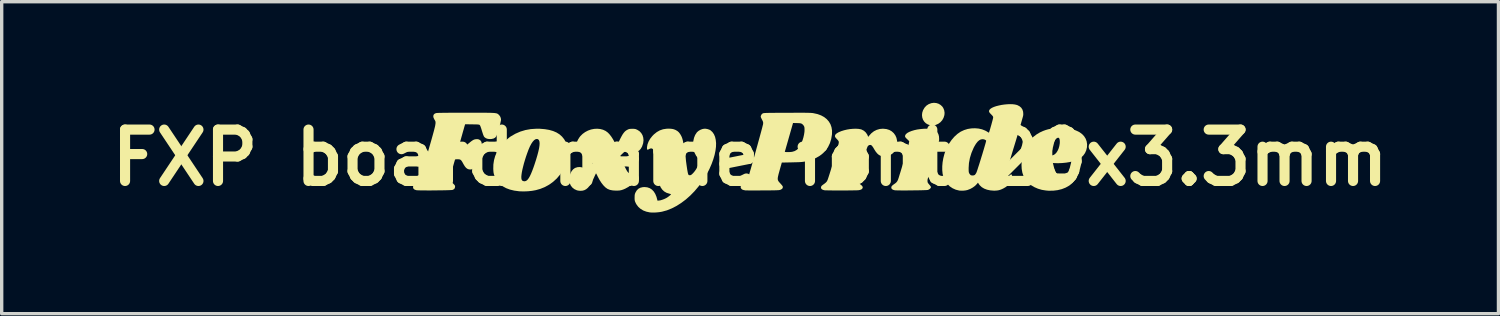
<source format=kicad_pcb>
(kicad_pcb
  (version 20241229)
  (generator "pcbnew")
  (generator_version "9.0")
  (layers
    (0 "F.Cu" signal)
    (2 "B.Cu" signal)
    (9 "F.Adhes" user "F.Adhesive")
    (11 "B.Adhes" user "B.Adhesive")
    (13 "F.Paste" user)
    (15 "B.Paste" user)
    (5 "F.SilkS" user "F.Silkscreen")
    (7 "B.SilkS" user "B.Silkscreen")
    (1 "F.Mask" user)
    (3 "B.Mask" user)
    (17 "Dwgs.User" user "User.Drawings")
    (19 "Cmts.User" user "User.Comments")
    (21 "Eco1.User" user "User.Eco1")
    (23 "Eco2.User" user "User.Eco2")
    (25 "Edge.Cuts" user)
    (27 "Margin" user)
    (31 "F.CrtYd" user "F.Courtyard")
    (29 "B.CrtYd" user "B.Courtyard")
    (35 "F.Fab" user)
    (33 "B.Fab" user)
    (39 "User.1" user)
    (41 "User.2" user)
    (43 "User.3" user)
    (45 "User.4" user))
  (footprint "FXP board name font 20x3.3mm"
    (layer "F.Cu")
    (at 19.202 1.629)
    (property "Reference" "FXP board name font 20x3.3mm" (at 0 0 0) (layer "F.SilkS") (effects (font (size 1.524 1.524) (thickness 0.3))))
    (attr board_only exclude_from_pos_files exclude_from_bom)
    (fp_poly (pts (xy 5.526 -1.622) (xy 5.593 -1.601) (xy 5.653 -1.565) (xy 5.703 -1.518) (xy 5.732 -1.476) (xy 5.76 -1.405) (xy 5.771 -1.332) (xy 5.766 -1.266) (xy 5.741 -1.185) (xy 5.702 -1.114) (xy 5.649 -1.054) (xy 5.585 -1.007) (xy 5.511 -0.974) (xy 5.493 -0.969) (xy 5.444 -0.959) (xy 5.402 -0.957) (xy 5.356 -0.962) (xy 5.343 -0.964) (xy 5.274 -0.987) (xy 5.215 -1.023) (xy 5.167 -1.071) (xy 5.131 -1.128) (xy 5.109 -1.193) (xy 5.101 -1.262) (xy 5.108 -1.334) (xy 5.131 -1.406) (xy 5.134 -1.412) (xy 5.177 -1.486) (xy 5.232 -1.545) (xy 5.299 -1.589) (xy 5.376 -1.618) (xy 5.381 -1.619) (xy 5.454 -1.629)) (stroke (width 0) (type solid)) (fill yes) (layer "F.SilkS"))
    (fp_poly (pts (xy -6.234 -0.859) (xy -6.089 -0.847) (xy -5.959 -0.825) (xy -5.843 -0.792) (xy -5.741 -0.748) (xy -5.653 -0.693) (xy -5.578 -0.626) (xy -5.515 -0.548) (xy -5.469 -0.468) (xy -5.431 -0.368) (xy -5.41 -0.26) (xy -5.405 -0.144) (xy -5.417 -0.021) (xy -5.418 -0.017) (xy -5.45 0.126) (xy -5.499 0.262) (xy -5.563 0.39) (xy -5.642 0.508) (xy -5.734 0.616) (xy -5.84 0.713) (xy -5.956 0.797) (xy -6.084 0.868) (xy -6.221 0.924) (xy -6.355 0.962) (xy -6.465 0.982) (xy -6.585 0.995) (xy -6.709 1) (xy -6.829 0.997) (xy -6.855 0.995) (xy -6.996 0.976) (xy -7.124 0.945) (xy -7.237 0.903) (xy -7.337 0.848) (xy -7.422 0.782) (xy -7.493 0.704) (xy -7.55 0.614) (xy -7.569 0.567) (xy -6.786 0.567) (xy -6.784 0.616) (xy -6.776 0.651) (xy -6.762 0.674) (xy -6.74 0.69) (xy -6.737 0.691) (xy -6.695 0.7) (xy -6.653 0.691) (xy -6.627 0.676) (xy -6.597 0.648) (xy -6.566 0.606) (xy -6.533 0.55) (xy -6.499 0.478) (xy -6.463 0.391) (xy -6.424 0.286) (xy -6.392 0.193) (xy -6.346 0.051) (xy -6.309 -0.075) (xy -6.28 -0.185) (xy -6.259 -0.281) (xy -6.247 -0.361) (xy -6.243 -0.427) (xy -6.248 -0.479) (xy -6.261 -0.517) (xy -6.282 -0.542) (xy -6.311 -0.555) (xy -6.328 -0.556) (xy -6.367 -0.547) (xy -6.407 -0.52) (xy -6.448 -0.475) (xy -6.489 -0.414) (xy -6.531 -0.335) (xy -6.572 -0.24) (xy -6.575 -0.232) (xy -6.611 -0.135) (xy -6.646 -0.035) (xy -6.678 0.067) (xy -6.708 0.168) (xy -6.733 0.265) (xy -6.755 0.355) (xy -6.771 0.437) (xy -6.781 0.507) (xy -6.786 0.562) (xy -6.786 0.567) (xy -7.569 0.567) (xy -7.589 0.52) (xy -7.601 0.482) (xy -7.609 0.445) (xy -7.614 0.401) (xy -7.617 0.347) (xy -7.618 0.333) (xy -7.615 0.2) (xy -7.596 0.073) (xy -7.561 -0.052) (xy -7.508 -0.175) (xy -7.437 -0.299) (xy -7.428 -0.314) (xy -7.399 -0.352) (xy -7.36 -0.398) (xy -7.312 -0.448) (xy -7.26 -0.499) (xy -7.206 -0.548) (xy -7.156 -0.591) (xy -7.111 -0.625) (xy -7.1 -0.632) (xy -6.961 -0.712) (xy -6.816 -0.775) (xy -6.664 -0.821) (xy -6.505 -0.849) (xy -6.34 -0.86)) (stroke (width 0) (type solid)) (fill yes) (layer "F.SilkS"))
    (fp_poly (pts (xy 5.279 -0.859) (xy 5.37 -0.848) (xy 5.446 -0.827) (xy 5.507 -0.796) (xy 5.554 -0.754) (xy 5.586 -0.702) (xy 5.604 -0.638) (xy 5.609 -0.572) (xy 5.609 -0.557) (xy 5.609 -0.543) (xy 5.609 -0.53) (xy 5.608 -0.517) (xy 5.605 -0.501) (xy 5.601 -0.482) (xy 5.596 -0.459) (xy 5.588 -0.429) (xy 5.577 -0.392) (xy 5.564 -0.345) (xy 5.547 -0.289) (xy 5.526 -0.221) (xy 5.501 -0.14) (xy 5.472 -0.044) (xy 5.438 0.067) (xy 5.42 0.125) (xy 5.392 0.219) (xy 5.365 0.307) (xy 5.34 0.389) (xy 5.318 0.464) (xy 5.299 0.528) (xy 5.284 0.581) (xy 5.273 0.621) (xy 5.267 0.646) (xy 5.265 0.654) (xy 5.264 0.695) (xy 5.267 0.725) (xy 5.278 0.75) (xy 5.298 0.776) (xy 5.316 0.797) (xy 5.34 0.826) (xy 5.358 0.851) (xy 5.367 0.869) (xy 5.367 0.872) (xy 5.359 0.895) (xy 5.339 0.919) (xy 5.309 0.941) (xy 5.279 0.955) (xy 5.262 0.958) (xy 5.23 0.96) (xy 5.183 0.962) (xy 5.124 0.964) (xy 5.056 0.966) (xy 4.98 0.967) (xy 4.899 0.968) (xy 4.815 0.969) (xy 4.73 0.97) (xy 4.646 0.971) (xy 4.566 0.971) (xy 4.491 0.971) (xy 4.425 0.97) (xy 4.369 0.969) (xy 4.325 0.968) (xy 4.296 0.966) (xy 4.29 0.965) (xy 4.249 0.954) (xy 4.216 0.936) (xy 4.196 0.912) (xy 4.192 0.9) (xy 4.191 0.873) (xy 4.199 0.85) (xy 4.218 0.827) (xy 4.25 0.801) (xy 4.268 0.788) (xy 4.313 0.756) (xy 4.344 0.728) (xy 4.367 0.697) (xy 4.386 0.661) (xy 4.388 0.656) (xy 4.395 0.636) (xy 4.407 0.601) (xy 4.422 0.553) (xy 4.44 0.493) (xy 4.462 0.424) (xy 4.485 0.347) (xy 4.51 0.265) (xy 4.536 0.179) (xy 4.562 0.091) (xy 4.588 0.004) (xy 4.613 -0.081) (xy 4.636 -0.162) (xy 4.658 -0.236) (xy 4.677 -0.303) (xy 4.693 -0.359) (xy 4.705 -0.403) (xy 4.713 -0.433) (xy 4.716 -0.446) (xy 4.721 -0.492) (xy 4.66 -0.551) (xy 4.63 -0.58) (xy 4.611 -0.602) (xy 4.602 -0.619) (xy 4.598 -0.635) (xy 4.598 -0.642) (xy 4.607 -0.676) (xy 4.633 -0.708) (xy 4.674 -0.74) (xy 4.728 -0.768) (xy 4.795 -0.794) (xy 4.871 -0.817) (xy 4.956 -0.836) (xy 5.047 -0.849) (xy 5.144 -0.858) (xy 5.173 -0.859)) (stroke (width 0) (type solid)) (fill yes) (layer "F.SilkS"))
    (fp_poly (pts (xy 9.303 -0.873) (xy 9.399 -0.867) (xy 9.485 -0.856) (xy 9.563 -0.84) (xy 9.637 -0.818) (xy 9.687 -0.8) (xy 9.776 -0.756) (xy 9.851 -0.701) (xy 9.911 -0.637) (xy 9.957 -0.564) (xy 9.986 -0.484) (xy 9.999 -0.399) (xy 9.995 -0.309) (xy 9.973 -0.218) (xy 9.937 -0.138) (xy 9.886 -0.066) (xy 9.822 -0.005) (xy 9.771 0.03) (xy 9.692 0.068) (xy 9.598 0.101) (xy 9.493 0.127) (xy 9.378 0.146) (xy 9.257 0.158) (xy 9.133 0.163) (xy 9.008 0.159) (xy 9 0.158) (xy 8.95 0.155) (xy 8.906 0.152) (xy 8.872 0.15) (xy 8.852 0.148) (xy 8.848 0.148) (xy 8.838 0.156) (xy 8.834 0.178) (xy 8.836 0.208) (xy 8.843 0.245) (xy 8.853 0.283) (xy 8.868 0.319) (xy 8.883 0.347) (xy 8.921 0.389) (xy 8.974 0.424) (xy 9.027 0.447) (xy 9.052 0.456) (xy 9.078 0.461) (xy 9.11 0.465) (xy 9.15 0.466) (xy 9.205 0.467) (xy 9.21 0.467) (xy 9.34 0.467) (xy 9.493 0.42) (xy 9.564 0.398) (xy 9.62 0.382) (xy 9.662 0.371) (xy 9.692 0.366) (xy 9.712 0.367) (xy 9.724 0.373) (xy 9.731 0.385) (xy 9.733 0.402) (xy 9.733 0.421) (xy 9.725 0.487) (xy 9.7 0.557) (xy 9.662 0.628) (xy 9.611 0.697) (xy 9.55 0.762) (xy 9.48 0.819) (xy 9.466 0.829) (xy 9.363 0.887) (xy 9.248 0.932) (xy 9.125 0.962) (xy 8.993 0.978) (xy 8.854 0.979) (xy 8.775 0.972) (xy 8.656 0.953) (xy 8.541 0.919) (xy 8.435 0.873) (xy 8.338 0.816) (xy 8.255 0.749) (xy 8.226 0.721) (xy 8.163 0.64) (xy 8.114 0.548) (xy 8.079 0.445) (xy 8.059 0.333) (xy 8.053 0.212) (xy 8.061 0.083) (xy 8.079 -0.023) (xy 8.092 -0.076) (xy 8.863 -0.076) (xy 8.866 -0.062) (xy 8.878 -0.057) (xy 8.9 -0.058) (xy 8.915 -0.06) (xy 8.952 -0.067) (xy 8.988 -0.075) (xy 9.004 -0.081) (xy 9.048 -0.108) (xy 9.089 -0.151) (xy 9.124 -0.206) (xy 9.154 -0.272) (xy 9.175 -0.345) (xy 9.188 -0.423) (xy 9.19 -0.468) (xy 9.187 -0.525) (xy 9.177 -0.565) (xy 9.161 -0.588) (xy 9.137 -0.594) (xy 9.107 -0.583) (xy 9.071 -0.554) (xy 9.062 -0.545) (xy 9.015 -0.486) (xy 8.971 -0.409) (xy 8.931 -0.317) (xy 8.895 -0.211) (xy 8.877 -0.142) (xy 8.867 -0.102) (xy 8.863 -0.076) (xy 8.092 -0.076) (xy 8.104 -0.123) (xy 8.138 -0.223) (xy 8.178 -0.319) (xy 8.222 -0.405) (xy 8.252 -0.452) (xy 8.321 -0.537) (xy 8.404 -0.618) (xy 8.498 -0.69) (xy 8.6 -0.751) (xy 8.691 -0.793) (xy 8.771 -0.822) (xy 8.847 -0.844) (xy 8.924 -0.859) (xy 9.007 -0.869) (xy 9.099 -0.874) (xy 9.191 -0.875)) (stroke (width 0) (type solid)) (fill yes) (layer "F.SilkS"))
    (fp_poly (pts (xy 4.039 -0.851) (xy 4.054 -0.848) (xy 4.134 -0.823) (xy 4.204 -0.782) (xy 4.263 -0.729) (xy 4.31 -0.664) (xy 4.343 -0.59) (xy 4.361 -0.508) (xy 4.363 -0.42) (xy 4.363 -0.413) (xy 4.348 -0.325) (xy 4.32 -0.247) (xy 4.279 -0.179) (xy 4.226 -0.123) (xy 4.163 -0.081) (xy 4.107 -0.058) (xy 4.055 -0.048) (xy 3.995 -0.044) (xy 3.934 -0.047) (xy 3.882 -0.055) (xy 3.869 -0.059) (xy 3.822 -0.083) (xy 3.775 -0.124) (xy 3.728 -0.181) (xy 3.684 -0.25) (xy 3.654 -0.302) (xy 3.628 -0.339) (xy 3.607 -0.363) (xy 3.587 -0.376) (xy 3.567 -0.38) (xy 3.567 -0.38) (xy 3.532 -0.374) (xy 3.505 -0.355) (xy 3.487 -0.332) (xy 3.48 -0.315) (xy 3.468 -0.283) (xy 3.452 -0.237) (xy 3.433 -0.179) (xy 3.411 -0.113) (xy 3.388 -0.039) (xy 3.363 0.041) (xy 3.338 0.123) (xy 3.312 0.206) (xy 3.288 0.288) (xy 3.264 0.368) (xy 3.242 0.441) (xy 3.223 0.508) (xy 3.207 0.565) (xy 3.195 0.611) (xy 3.188 0.643) (xy 3.185 0.659) (xy 3.188 0.693) (xy 3.2 0.723) (xy 3.224 0.752) (xy 3.263 0.784) (xy 3.268 0.788) (xy 3.307 0.82) (xy 3.331 0.846) (xy 3.342 0.869) (xy 3.341 0.892) (xy 3.34 0.896) (xy 3.325 0.923) (xy 3.298 0.943) (xy 3.258 0.957) (xy 3.217 0.964) (xy 3.194 0.966) (xy 3.154 0.967) (xy 3.101 0.968) (xy 3.037 0.969) (xy 2.963 0.97) (xy 2.883 0.971) (xy 2.797 0.971) (xy 2.71 0.972) (xy 2.623 0.972) (xy 2.538 0.971) (xy 2.457 0.971) (xy 2.384 0.97) (xy 2.319 0.969) (xy 2.267 0.968) (xy 2.228 0.967) (xy 2.205 0.965) (xy 2.204 0.965) (xy 2.163 0.954) (xy 2.131 0.936) (xy 2.11 0.913) (xy 2.106 0.9) (xy 2.105 0.873) (xy 2.113 0.85) (xy 2.131 0.827) (xy 2.163 0.802) (xy 2.183 0.788) (xy 2.218 0.762) (xy 2.249 0.736) (xy 2.271 0.712) (xy 2.275 0.706) (xy 2.281 0.697) (xy 2.287 0.686) (xy 2.293 0.674) (xy 2.3 0.658) (xy 2.308 0.638) (xy 2.317 0.611) (xy 2.328 0.578) (xy 2.342 0.535) (xy 2.359 0.482) (xy 2.379 0.418) (xy 2.403 0.341) (xy 2.431 0.25) (xy 2.464 0.143) (xy 2.484 0.077) (xy 2.522 -0.048) (xy 2.555 -0.156) (xy 2.581 -0.247) (xy 2.602 -0.321) (xy 2.618 -0.379) (xy 2.628 -0.42) (xy 2.632 -0.445) (xy 2.633 -0.45) (xy 2.632 -0.472) (xy 2.627 -0.489) (xy 2.616 -0.507) (xy 2.597 -0.53) (xy 2.576 -0.552) (xy 2.546 -0.585) (xy 2.528 -0.609) (xy 2.52 -0.628) (xy 2.518 -0.64) (xy 2.524 -0.67) (xy 2.541 -0.697) (xy 2.573 -0.723) (xy 2.62 -0.751) (xy 2.633 -0.758) (xy 2.705 -0.788) (xy 2.788 -0.814) (xy 2.876 -0.835) (xy 2.967 -0.85) (xy 3.058 -0.858) (xy 3.143 -0.86) (xy 3.221 -0.855) (xy 3.287 -0.843) (xy 3.311 -0.835) (xy 3.377 -0.8) (xy 3.432 -0.751) (xy 3.475 -0.689) (xy 3.495 -0.645) (xy 3.505 -0.617) (xy 3.529 -0.649) (xy 3.597 -0.724) (xy 3.673 -0.784) (xy 3.756 -0.826) (xy 3.846 -0.852) (xy 3.941 -0.861)) (stroke (width 0) (type solid)) (fill yes) (layer "F.SilkS"))
    (fp_poly (pts (xy -4.447 -0.852) (xy -4.362 -0.83) (xy -4.285 -0.794) (xy -4.222 -0.748) (xy -4.172 -0.697) (xy -4.12 -0.631) (xy -4.069 -0.552) (xy -4.019 -0.463) (xy -4.014 -0.453) (xy -3.955 -0.339) (xy -3.941 -0.371) (xy -3.933 -0.39) (xy -3.918 -0.422) (xy -3.898 -0.464) (xy -3.875 -0.512) (xy -3.856 -0.552) (xy -3.816 -0.629) (xy -3.781 -0.691) (xy -3.746 -0.74) (xy -3.712 -0.779) (xy -3.676 -0.808) (xy -3.636 -0.831) (xy -3.636 -0.831) (xy -3.608 -0.844) (xy -3.583 -0.852) (xy -3.555 -0.856) (xy -3.517 -0.857) (xy -3.495 -0.857) (xy -3.451 -0.857) (xy -3.42 -0.854) (xy -3.394 -0.849) (xy -3.368 -0.838) (xy -3.344 -0.827) (xy -3.28 -0.786) (xy -3.229 -0.732) (xy -3.191 -0.669) (xy -3.169 -0.597) (xy -3.161 -0.519) (xy -3.17 -0.437) (xy -3.176 -0.415) (xy -3.204 -0.332) (xy -3.243 -0.264) (xy -3.291 -0.213) (xy -3.349 -0.177) (xy -3.412 -0.158) (xy -3.477 -0.154) (xy -3.546 -0.165) (xy -3.612 -0.189) (xy -3.624 -0.195) (xy -3.674 -0.222) (xy -3.735 -0.168) (xy -3.766 -0.139) (xy -3.796 -0.111) (xy -3.819 -0.089) (xy -3.823 -0.085) (xy -3.849 -0.057) (xy -3.806 0.057) (xy -3.779 0.124) (xy -3.751 0.191) (xy -3.722 0.255) (xy -3.694 0.313) (xy -3.668 0.362) (xy -3.647 0.399) (xy -3.638 0.412) (xy -3.603 0.449) (xy -3.567 0.468) (xy -3.525 0.47) (xy -3.476 0.456) (xy -3.47 0.454) (xy -3.441 0.444) (xy -3.415 0.439) (xy -3.406 0.44) (xy -3.385 0.454) (xy -3.374 0.481) (xy -3.373 0.519) (xy -3.381 0.566) (xy -3.4 0.62) (xy -3.41 0.644) (xy -3.459 0.726) (xy -3.523 0.799) (xy -3.602 0.862) (xy -3.698 0.915) (xy -3.703 0.918) (xy -3.767 0.945) (xy -3.824 0.963) (xy -3.881 0.973) (xy -3.946 0.976) (xy -3.978 0.976) (xy -4.075 0.97) (xy -4.157 0.954) (xy -4.224 0.927) (xy -4.235 0.921) (xy -4.293 0.879) (xy -4.352 0.819) (xy -4.41 0.745) (xy -4.467 0.656) (xy -4.52 0.557) (xy -4.538 0.519) (xy -4.554 0.489) (xy -4.565 0.47) (xy -4.57 0.464) (xy -4.575 0.472) (xy -4.586 0.494) (xy -4.602 0.527) (xy -4.62 0.567) (xy -4.626 0.581) (xy -4.674 0.685) (xy -4.72 0.771) (xy -4.767 0.841) (xy -4.814 0.895) (xy -4.863 0.935) (xy -4.916 0.963) (xy -4.972 0.978) (xy -5.032 0.982) (xy -5.074 0.979) (xy -5.117 0.972) (xy -5.142 0.965) (xy -5.214 0.931) (xy -5.273 0.884) (xy -5.319 0.825) (xy -5.35 0.754) (xy -5.355 0.737) (xy -5.366 0.667) (xy -5.364 0.594) (xy -5.349 0.522) (xy -5.324 0.454) (xy -5.29 0.393) (xy -5.247 0.343) (xy -5.197 0.307) (xy -5.189 0.303) (xy -5.122 0.281) (xy -5.05 0.276) (xy -4.977 0.288) (xy -4.91 0.314) (xy -4.854 0.342) (xy -4.812 0.306) (xy -4.782 0.279) (xy -4.748 0.247) (xy -4.724 0.224) (xy -4.679 0.178) (xy -4.714 0.082) (xy -4.753 -0.024) (xy -4.789 -0.113) (xy -4.822 -0.187) (xy -4.852 -0.245) (xy -4.881 -0.29) (xy -4.91 -0.321) (xy -4.939 -0.342) (xy -4.968 -0.351) (xy -5 -0.351) (xy -5.035 -0.342) (xy -5.056 -0.333) (xy -5.087 -0.322) (xy -5.112 -0.319) (xy -5.118 -0.32) (xy -5.139 -0.335) (xy -5.149 -0.363) (xy -5.15 -0.401) (xy -5.141 -0.446) (xy -5.124 -0.495) (xy -5.098 -0.548) (xy -5.065 -0.6) (xy -5.037 -0.637) (xy -4.969 -0.705) (xy -4.892 -0.761) (xy -4.808 -0.805) (xy -4.719 -0.837) (xy -4.627 -0.855) (xy -4.536 -0.86)) (stroke (width 0) (type solid)) (fill yes) (layer "F.SilkS"))
    (fp_poly (pts (xy 7.789 -1.587) (xy 7.857 -1.579) (xy 7.915 -1.565) (xy 7.928 -1.561) (xy 7.995 -1.526) (xy 8.046 -1.482) (xy 8.081 -1.427) (xy 8.101 -1.363) (xy 8.106 -1.29) (xy 8.102 -1.249) (xy 8.098 -1.232) (xy 8.089 -1.198) (xy 8.075 -1.149) (xy 8.057 -1.086) (xy 8.036 -1.011) (xy 8.011 -0.926) (xy 7.982 -0.83) (xy 7.952 -0.726) (xy 7.919 -0.615) (xy 7.884 -0.499) (xy 7.847 -0.379) (xy 7.842 -0.362) (xy 7.805 -0.242) (xy 7.77 -0.126) (xy 7.737 -0.016) (xy 7.706 0.087) (xy 7.678 0.181) (xy 7.653 0.265) (xy 7.631 0.339) (xy 7.613 0.4) (xy 7.599 0.447) (xy 7.59 0.48) (xy 7.586 0.496) (xy 7.586 0.497) (xy 7.586 0.527) (xy 7.597 0.547) (xy 7.62 0.563) (xy 7.647 0.562) (xy 7.679 0.544) (xy 7.698 0.528) (xy 7.721 0.508) (xy 7.739 0.495) (xy 7.747 0.491) (xy 7.759 0.5) (xy 7.769 0.522) (xy 7.776 0.552) (xy 7.778 0.579) (xy 7.769 0.642) (xy 7.743 0.704) (xy 7.702 0.765) (xy 7.648 0.822) (xy 7.581 0.873) (xy 7.505 0.917) (xy 7.504 0.917) (xy 7.442 0.945) (xy 7.385 0.963) (xy 7.327 0.973) (xy 7.26 0.977) (xy 7.231 0.977) (xy 7.127 0.969) (xy 7.032 0.949) (xy 6.947 0.917) (xy 6.875 0.874) (xy 6.816 0.819) (xy 6.792 0.787) (xy 6.761 0.741) (xy 6.726 0.783) (xy 6.674 0.836) (xy 6.608 0.884) (xy 6.535 0.925) (xy 6.458 0.955) (xy 6.438 0.961) (xy 6.388 0.971) (xy 6.328 0.977) (xy 6.268 0.978) (xy 6.216 0.975) (xy 6.205 0.974) (xy 6.104 0.949) (xy 6.01 0.907) (xy 5.926 0.851) (xy 5.853 0.779) (xy 5.791 0.694) (xy 5.766 0.649) (xy 5.734 0.567) (xy 5.712 0.472) (xy 5.702 0.368) (xy 5.702 0.354) (xy 6.485 0.354) (xy 6.486 0.391) (xy 6.488 0.418) (xy 6.492 0.438) (xy 6.498 0.454) (xy 6.506 0.47) (xy 6.524 0.495) (xy 6.542 0.513) (xy 6.548 0.518) (xy 6.582 0.527) (xy 6.621 0.527) (xy 6.655 0.517) (xy 6.668 0.51) (xy 6.685 0.491) (xy 6.704 0.462) (xy 6.715 0.442) (xy 6.723 0.422) (xy 6.735 0.388) (xy 6.751 0.341) (xy 6.769 0.283) (xy 6.791 0.217) (xy 6.814 0.144) (xy 6.838 0.067) (xy 6.862 -0.012) (xy 6.887 -0.092) (xy 6.91 -0.17) (xy 6.933 -0.245) (xy 6.953 -0.314) (xy 6.971 -0.376) (xy 6.986 -0.428) (xy 6.997 -0.468) (xy 7.003 -0.494) (xy 7.005 -0.505) (xy 6.99 -0.522) (xy 6.963 -0.537) (xy 6.928 -0.547) (xy 6.897 -0.55) (xy 6.846 -0.542) (xy 6.796 -0.516) (xy 6.748 -0.473) (xy 6.7 -0.411) (xy 6.653 -0.332) (xy 6.632 -0.292) (xy 6.568 -0.141) (xy 6.522 0.009) (xy 6.494 0.16) (xy 6.485 0.301) (xy 6.485 0.354) (xy 5.702 0.354) (xy 5.702 0.255) (xy 5.712 0.137) (xy 5.733 0.016) (xy 5.764 -0.105) (xy 5.793 -0.194) (xy 5.845 -0.313) (xy 5.908 -0.426) (xy 5.981 -0.53) (xy 6.061 -0.623) (xy 6.148 -0.703) (xy 6.24 -0.767) (xy 6.256 -0.776) (xy 6.353 -0.821) (xy 6.457 -0.853) (xy 6.565 -0.87) (xy 6.673 -0.874) (xy 6.78 -0.865) (xy 6.882 -0.842) (xy 6.976 -0.805) (xy 7.026 -0.778) (xy 7.054 -0.76) (xy 7.076 -0.748) (xy 7.086 -0.743) (xy 7.087 -0.744) (xy 7.092 -0.756) (xy 7.101 -0.783) (xy 7.113 -0.821) (xy 7.127 -0.869) (xy 7.142 -0.922) (xy 7.158 -0.977) (xy 7.173 -1.033) (xy 7.187 -1.084) (xy 7.199 -1.129) (xy 7.207 -1.164) (xy 7.212 -1.186) (xy 7.212 -1.191) (xy 7.211 -1.21) (xy 7.205 -1.226) (xy 7.192 -1.244) (xy 7.17 -1.268) (xy 7.151 -1.288) (xy 7.116 -1.324) (xy 7.096 -1.353) (xy 7.089 -1.378) (xy 7.094 -1.403) (xy 7.105 -1.424) (xy 7.134 -1.453) (xy 7.178 -1.481) (xy 7.236 -1.507) (xy 7.304 -1.53) (xy 7.381 -1.549) (xy 7.462 -1.566) (xy 7.546 -1.578) (xy 7.631 -1.586) (xy 7.712 -1.589)) (stroke (width 0) (type solid)) (fill yes) (layer "F.SilkS"))
    (fp_poly (pts (xy -2.358 -0.86) (xy -2.306 -0.854) (xy -2.26 -0.843) (xy -2.217 -0.826) (xy -2.202 -0.819) (xy -2.152 -0.789) (xy -2.111 -0.752) (xy -2.074 -0.703) (xy -2.072 -0.7) (xy -2.054 -0.669) (xy -2.037 -0.638) (xy -2.023 -0.606) (xy -2.01 -0.569) (xy -1.998 -0.526) (xy -1.986 -0.476) (xy -1.975 -0.416) (xy -1.963 -0.344) (xy -1.95 -0.259) (xy -1.935 -0.158) (xy -1.928 -0.106) (xy -1.912 0.016) (xy -1.897 0.121) (xy -1.885 0.211) (xy -1.874 0.286) (xy -1.865 0.348) (xy -1.856 0.397) (xy -1.849 0.436) (xy -1.842 0.466) (xy -1.835 0.488) (xy -1.828 0.503) (xy -1.821 0.512) (xy -1.813 0.517) (xy -1.804 0.519) (xy -1.793 0.519) (xy -1.783 0.519) (xy -1.765 0.517) (xy -1.748 0.51) (xy -1.728 0.494) (xy -1.7 0.468) (xy -1.693 0.461) (xy -1.66 0.424) (xy -1.627 0.381) (xy -1.6 0.341) (xy -1.598 0.338) (xy -1.581 0.307) (xy -1.561 0.268) (xy -1.54 0.225) (xy -1.52 0.183) (xy -1.503 0.144) (xy -1.49 0.113) (xy -1.484 0.094) (xy -1.483 0.09) (xy -1.489 0.08) (xy -1.505 0.06) (xy -1.528 0.034) (xy -1.537 0.024) (xy -1.599 -0.056) (xy -1.645 -0.145) (xy -1.675 -0.242) (xy -1.689 -0.348) (xy -1.69 -0.389) (xy -1.683 -0.495) (xy -1.662 -0.591) (xy -1.629 -0.674) (xy -1.583 -0.745) (xy -1.57 -0.76) (xy -1.528 -0.796) (xy -1.475 -0.827) (xy -1.418 -0.849) (xy -1.363 -0.86) (xy -1.363 -0.86) (xy -1.31 -0.859) (xy -1.255 -0.848) (xy -1.204 -0.83) (xy -1.173 -0.813) (xy -1.116 -0.761) (xy -1.071 -0.696) (xy -1.038 -0.619) (xy -1.018 -0.531) (xy -1.008 -0.432) (xy -1.011 -0.324) (xy -1.026 -0.208) (xy -1.052 -0.084) (xy -1.09 0.046) (xy -1.139 0.182) (xy -1.2 0.323) (xy -1.229 0.382) (xy -1.319 0.548) (xy -1.419 0.706) (xy -1.53 0.855) (xy -1.648 0.994) (xy -1.773 1.122) (xy -1.905 1.239) (xy -2.041 1.341) (xy -2.18 1.43) (xy -2.322 1.503) (xy -2.465 1.561) (xy -2.608 1.6) (xy -2.622 1.603) (xy -2.688 1.614) (xy -2.762 1.622) (xy -2.836 1.627) (xy -2.906 1.627) (xy -2.964 1.623) (xy -2.975 1.622) (xy -3.077 1.6) (xy -3.17 1.565) (xy -3.25 1.516) (xy -3.317 1.456) (xy -3.371 1.384) (xy -3.391 1.347) (xy -3.407 1.312) (xy -3.417 1.285) (xy -3.422 1.259) (xy -3.425 1.228) (xy -3.425 1.186) (xy -3.425 1.182) (xy -3.424 1.137) (xy -3.422 1.104) (xy -3.416 1.077) (xy -3.407 1.05) (xy -3.398 1.031) (xy -3.361 0.969) (xy -3.314 0.922) (xy -3.256 0.891) (xy -3.186 0.874) (xy -3.13 0.87) (xy -3.048 0.879) (xy -2.975 0.904) (xy -2.912 0.945) (xy -2.857 1.002) (xy -2.812 1.074) (xy -2.776 1.161) (xy -2.764 1.206) (xy -2.746 1.274) (xy -2.706 1.271) (xy -2.66 1.264) (xy -2.606 1.248) (xy -2.549 1.227) (xy -2.496 1.202) (xy -2.479 1.193) (xy -2.446 1.172) (xy -2.413 1.148) (xy -2.383 1.124) (xy -2.359 1.104) (xy -2.347 1.089) (xy -2.345 1.085) (xy -2.354 1.08) (xy -2.375 1.072) (xy -2.394 1.067) (xy -2.477 1.041) (xy -2.548 1) (xy -2.606 0.945) (xy -2.653 0.877) (xy -2.687 0.794) (xy -2.692 0.778) (xy -2.696 0.759) (xy -2.703 0.724) (xy -2.713 0.674) (xy -2.724 0.612) (xy -2.736 0.54) (xy -2.75 0.459) (xy -2.765 0.372) (xy -2.78 0.281) (xy -2.781 0.273) (xy -2.796 0.183) (xy -2.81 0.097) (xy -2.823 0.018) (xy -2.835 -0.053) (xy -2.846 -0.113) (xy -2.854 -0.16) (xy -2.86 -0.194) (xy -2.864 -0.211) (xy -2.864 -0.212) (xy -2.881 -0.251) (xy -2.906 -0.272) (xy -2.939 -0.277) (xy -2.979 -0.265) (xy -2.997 -0.255) (xy -3.026 -0.241) (xy -3.044 -0.238) (xy -3.055 -0.249) (xy -3.058 -0.276) (xy -3.057 -0.317) (xy -3.042 -0.398) (xy -3.01 -0.481) (xy -2.963 -0.563) (xy -2.901 -0.642) (xy -2.851 -0.693) (xy -2.766 -0.761) (xy -2.677 -0.811) (xy -2.581 -0.844) (xy -2.477 -0.86) (xy -2.424 -0.862)) (stroke (width 0) (type solid)) (fill yes) (layer "F.SilkS"))
    (fp_poly (pts (xy 1.533 -1.334) (xy 1.605 -1.334) (xy 1.667 -1.333) (xy 1.717 -1.332) (xy 1.76 -1.331) (xy 1.795 -1.33) (xy 1.823 -1.328) (xy 1.848 -1.326) (xy 1.869 -1.323) (xy 1.886 -1.32) (xy 2.003 -1.294) (xy 2.108 -1.255) (xy 2.198 -1.206) (xy 2.275 -1.145) (xy 2.337 -1.074) (xy 2.385 -0.994) (xy 2.416 -0.905) (xy 2.432 -0.808) (xy 2.431 -0.703) (xy 2.429 -0.684) (xy 2.407 -0.552) (xy 2.369 -0.431) (xy 2.316 -0.321) (xy 2.249 -0.223) (xy 2.167 -0.135) (xy 2.07 -0.059) (xy 1.96 0.005) (xy 1.835 0.058) (xy 1.696 0.099) (xy 1.613 0.116) (xy 1.579 0.121) (xy 1.537 0.126) (xy 1.487 0.13) (xy 1.425 0.133) (xy 1.35 0.135) (xy 1.258 0.137) (xy 1.233 0.138) (xy 0.942 0.144) (xy 0.888 0.334) (xy 0.865 0.418) (xy 0.846 0.486) (xy 0.833 0.542) (xy 0.824 0.586) (xy 0.821 0.621) (xy 0.823 0.651) (xy 0.831 0.676) (xy 0.844 0.699) (xy 0.862 0.723) (xy 0.887 0.75) (xy 0.904 0.769) (xy 0.938 0.807) (xy 0.959 0.834) (xy 0.971 0.855) (xy 0.973 0.869) (xy 0.966 0.903) (xy 0.943 0.929) (xy 0.903 0.95) (xy 0.902 0.951) (xy 0.891 0.955) (xy 0.877 0.958) (xy 0.861 0.96) (xy 0.839 0.963) (xy 0.81 0.964) (xy 0.772 0.966) (xy 0.725 0.967) (xy 0.666 0.968) (xy 0.594 0.969) (xy 0.507 0.969) (xy 0.404 0.97) (xy 0.362 0.97) (xy 0.267 0.971) (xy 0.178 0.971) (xy 0.097 0.971) (xy 0.024 0.971) (xy -0.037 0.971) (xy -0.087 0.97) (xy -0.122 0.97) (xy -0.141 0.969) (xy -0.144 0.969) (xy -0.158 0.965) (xy -0.183 0.961) (xy -0.187 0.96) (xy -0.227 0.947) (xy -0.257 0.924) (xy -0.275 0.895) (xy -0.278 0.876) (xy -0.275 0.842) (xy -0.262 0.815) (xy -0.237 0.789) (xy -0.206 0.765) (xy -0.154 0.726) (xy -0.116 0.692) (xy -0.088 0.656) (xy -0.067 0.615) (xy -0.048 0.565) (xy -0.048 0.564) (xy -0.035 0.522) (xy -0.018 0.467) (xy 0.001 0.399) (xy 0.024 0.322) (xy 0.048 0.236) (xy 0.075 0.142) (xy 0.103 0.044) (xy 0.132 -0.059) (xy 0.161 -0.163) (xy 0.165 -0.178) (xy 1.031 -0.178) (xy 1.038 -0.173) (xy 1.059 -0.169) (xy 1.09 -0.167) (xy 1.129 -0.167) (xy 1.17 -0.168) (xy 1.211 -0.171) (xy 1.247 -0.175) (xy 1.252 -0.176) (xy 1.323 -0.197) (xy 1.384 -0.232) (xy 1.423 -0.266) (xy 1.459 -0.312) (xy 1.495 -0.373) (xy 1.529 -0.445) (xy 1.559 -0.524) (xy 1.584 -0.606) (xy 1.602 -0.688) (xy 1.614 -0.767) (xy 1.616 -0.811) (xy 1.616 -0.856) (xy 1.614 -0.888) (xy 1.61 -0.912) (xy 1.602 -0.932) (xy 1.597 -0.942) (xy 1.576 -0.972) (xy 1.549 -0.997) (xy 1.541 -1.003) (xy 1.525 -1.012) (xy 1.506 -1.018) (xy 1.483 -1.023) (xy 1.45 -1.025) (xy 1.404 -1.027) (xy 1.391 -1.027) (xy 1.275 -1.03) (xy 1.155 -0.61) (xy 1.131 -0.525) (xy 1.108 -0.445) (xy 1.087 -0.372) (xy 1.069 -0.309) (xy 1.054 -0.255) (xy 1.042 -0.215) (xy 1.034 -0.189) (xy 1.031 -0.178) (xy 0.165 -0.178) (xy 0.19 -0.269) (xy 0.219 -0.373) (xy 0.247 -0.475) (xy 0.274 -0.572) (xy 0.299 -0.664) (xy 0.322 -0.748) (xy 0.342 -0.823) (xy 0.359 -0.887) (xy 0.372 -0.939) (xy 0.382 -0.977) (xy 0.387 -1) (xy 0.387 -1.004) (xy 0.389 -1.031) (xy 0.387 -1.054) (xy 0.38 -1.077) (xy 0.367 -1.106) (xy 0.351 -1.136) (xy 0.333 -1.173) (xy 0.322 -1.197) (xy 0.317 -1.215) (xy 0.318 -1.23) (xy 0.322 -1.247) (xy 0.325 -1.253) (xy 0.345 -1.29) (xy 0.371 -1.311) (xy 0.377 -1.315) (xy 0.385 -1.318) (xy 0.394 -1.321) (xy 0.407 -1.323) (xy 0.424 -1.325) (xy 0.448 -1.326) (xy 0.479 -1.328) (xy 0.518 -1.329) (xy 0.567 -1.33) (xy 0.628 -1.33) (xy 0.701 -1.331) (xy 0.787 -1.332) (xy 0.889 -1.332) (xy 1.007 -1.333) (xy 1.099 -1.333) (xy 1.231 -1.333) (xy 1.347 -1.334) (xy 1.447 -1.334)) (stroke (width 0) (type solid)) (fill yes) (layer "F.SilkS"))
    (fp_poly (pts (xy -8.147 -1.335) (xy -8.031 -1.335) (xy -7.93 -1.334) (xy -7.843 -1.334) (xy -7.769 -1.333) (xy -7.706 -1.332) (xy -7.654 -1.33) (xy -7.611 -1.328) (xy -7.576 -1.325) (xy -7.548 -1.321) (xy -7.526 -1.317) (xy -7.509 -1.312) (xy -7.495 -1.306) (xy -7.484 -1.299) (xy -7.473 -1.291) (xy -7.463 -1.282) (xy -7.456 -1.277) (xy -7.418 -1.232) (xy -7.395 -1.178) (xy -7.388 -1.13) (xy -7.391 -1.105) (xy -7.399 -1.066) (xy -7.41 -1.016) (xy -7.425 -0.959) (xy -7.441 -0.897) (xy -7.459 -0.835) (xy -7.477 -0.776) (xy -7.494 -0.722) (xy -7.51 -0.678) (xy -7.523 -0.645) (xy -7.53 -0.632) (xy -7.564 -0.594) (xy -7.61 -0.569) (xy -7.668 -0.556) (xy -7.712 -0.553) (xy -7.78 -0.559) (xy -7.836 -0.578) (xy -7.878 -0.609) (xy -7.894 -0.629) (xy -7.904 -0.65) (xy -7.918 -0.684) (xy -7.933 -0.729) (xy -7.949 -0.779) (xy -7.957 -0.805) (xy -7.977 -0.87) (xy -7.994 -0.919) (xy -8.008 -0.953) (xy -8.018 -0.967) (xy -8.025 -0.974) (xy -8.034 -0.979) (xy -8.047 -0.982) (xy -8.067 -0.985) (xy -8.096 -0.987) (xy -8.137 -0.988) (xy -8.191 -0.989) (xy -8.245 -0.99) (xy -8.453 -0.993) (xy -8.472 -0.93) (xy -8.482 -0.896) (xy -8.494 -0.851) (xy -8.51 -0.797) (xy -8.527 -0.737) (xy -8.545 -0.672) (xy -8.564 -0.606) (xy -8.582 -0.54) (xy -8.6 -0.478) (xy -8.616 -0.421) (xy -8.629 -0.373) (xy -8.64 -0.334) (xy -8.647 -0.309) (xy -8.649 -0.3) (xy -8.641 -0.297) (xy -8.619 -0.297) (xy -8.589 -0.3) (xy -8.556 -0.304) (xy -8.524 -0.31) (xy -8.498 -0.316) (xy -8.487 -0.32) (xy -8.469 -0.331) (xy -8.441 -0.352) (xy -8.405 -0.379) (xy -8.367 -0.41) (xy -8.358 -0.417) (xy -8.308 -0.458) (xy -8.269 -0.489) (xy -8.237 -0.511) (xy -8.211 -0.527) (xy -8.187 -0.537) (xy -8.162 -0.545) (xy -8.151 -0.547) (xy -8.093 -0.552) (xy -8.044 -0.542) (xy -8.004 -0.518) (xy -7.976 -0.482) (xy -7.961 -0.436) (xy -7.961 -0.382) (xy -7.963 -0.373) (xy -7.969 -0.345) (xy -7.98 -0.303) (xy -7.994 -0.25) (xy -8.011 -0.189) (xy -8.03 -0.122) (xy -8.05 -0.054) (xy -8.07 0.014) (xy -8.089 0.077) (xy -8.106 0.133) (xy -8.121 0.178) (xy -8.132 0.211) (xy -8.136 0.22) (xy -8.167 0.277) (xy -8.206 0.318) (xy -8.252 0.343) (xy -8.304 0.35) (xy -8.351 0.343) (xy -8.39 0.327) (xy -8.426 0.299) (xy -8.461 0.257) (xy -8.497 0.199) (xy -8.51 0.176) (xy -8.537 0.126) (xy -8.559 0.092) (xy -8.58 0.069) (xy -8.602 0.055) (xy -8.629 0.048) (xy -8.664 0.046) (xy -8.677 0.046) (xy -8.715 0.047) (xy -8.738 0.049) (xy -8.75 0.054) (xy -8.755 0.063) (xy -8.774 0.127) (xy -8.794 0.197) (xy -8.814 0.269) (xy -8.833 0.34) (xy -8.851 0.409) (xy -8.867 0.472) (xy -8.881 0.527) (xy -8.891 0.571) (xy -8.898 0.603) (xy -8.899 0.617) (xy -8.898 0.646) (xy -8.892 0.669) (xy -8.88 0.692) (xy -8.859 0.717) (xy -8.826 0.75) (xy -8.815 0.761) (xy -8.785 0.79) (xy -8.766 0.811) (xy -8.756 0.828) (xy -8.752 0.844) (xy -8.751 0.859) (xy -8.759 0.901) (xy -8.782 0.932) (xy -8.821 0.953) (xy -8.827 0.955) (xy -8.844 0.958) (xy -8.878 0.96) (xy -8.926 0.962) (xy -8.986 0.964) (xy -9.056 0.966) (xy -9.134 0.967) (xy -9.217 0.968) (xy -9.305 0.969) (xy -9.393 0.97) (xy -9.481 0.971) (xy -9.566 0.971) (xy -9.646 0.97) (xy -9.719 0.97) (xy -9.783 0.969) (xy -9.835 0.968) (xy -9.874 0.966) (xy -9.897 0.964) (xy -9.899 0.964) (xy -9.948 0.948) (xy -9.981 0.924) (xy -9.997 0.892) (xy -9.996 0.852) (xy -9.994 0.841) (xy -9.985 0.821) (xy -9.969 0.801) (xy -9.943 0.777) (xy -9.912 0.753) (xy -9.893 0.739) (xy -9.875 0.726) (xy -9.86 0.714) (xy -9.846 0.701) (xy -9.833 0.687) (xy -9.821 0.67) (xy -9.809 0.649) (xy -9.796 0.622) (xy -9.783 0.59) (xy -9.768 0.549) (xy -9.752 0.5) (xy -9.733 0.442) (xy -9.712 0.372) (xy -9.688 0.29) (xy -9.661 0.195) (xy -9.629 0.086) (xy -9.594 -0.039) (xy -9.557 -0.168) (xy -9.516 -0.312) (xy -9.479 -0.439) (xy -9.447 -0.551) (xy -9.42 -0.648) (xy -9.397 -0.732) (xy -9.377 -0.804) (xy -9.362 -0.865) (xy -9.349 -0.916) (xy -9.34 -0.959) (xy -9.335 -0.994) (xy -9.331 -1.022) (xy -9.331 -1.046) (xy -9.332 -1.065) (xy -9.336 -1.081) (xy -9.342 -1.095) (xy -9.349 -1.109) (xy -9.358 -1.123) (xy -9.365 -1.135) (xy -9.39 -1.186) (xy -9.398 -1.231) (xy -9.39 -1.269) (xy -9.367 -1.299) (xy -9.327 -1.32) (xy -9.312 -1.324) (xy -9.297 -1.326) (xy -9.269 -1.328) (xy -9.226 -1.33) (xy -9.168 -1.331) (xy -9.095 -1.332) (xy -9.006 -1.333) (xy -8.901 -1.334) (xy -8.78 -1.334) (xy -8.641 -1.335) (xy -8.484 -1.335) (xy -8.429 -1.335) (xy -8.279 -1.335)) (stroke (width 0) (type solid)) (fill yes) (layer "F.SilkS")))
  (gr_rect
    (start -3 -3)
    (end 41.405 6.256)
    (stroke (width 0.1) (type default))
    (fill no)
    (layer "Edge.Cuts")))
</source>
